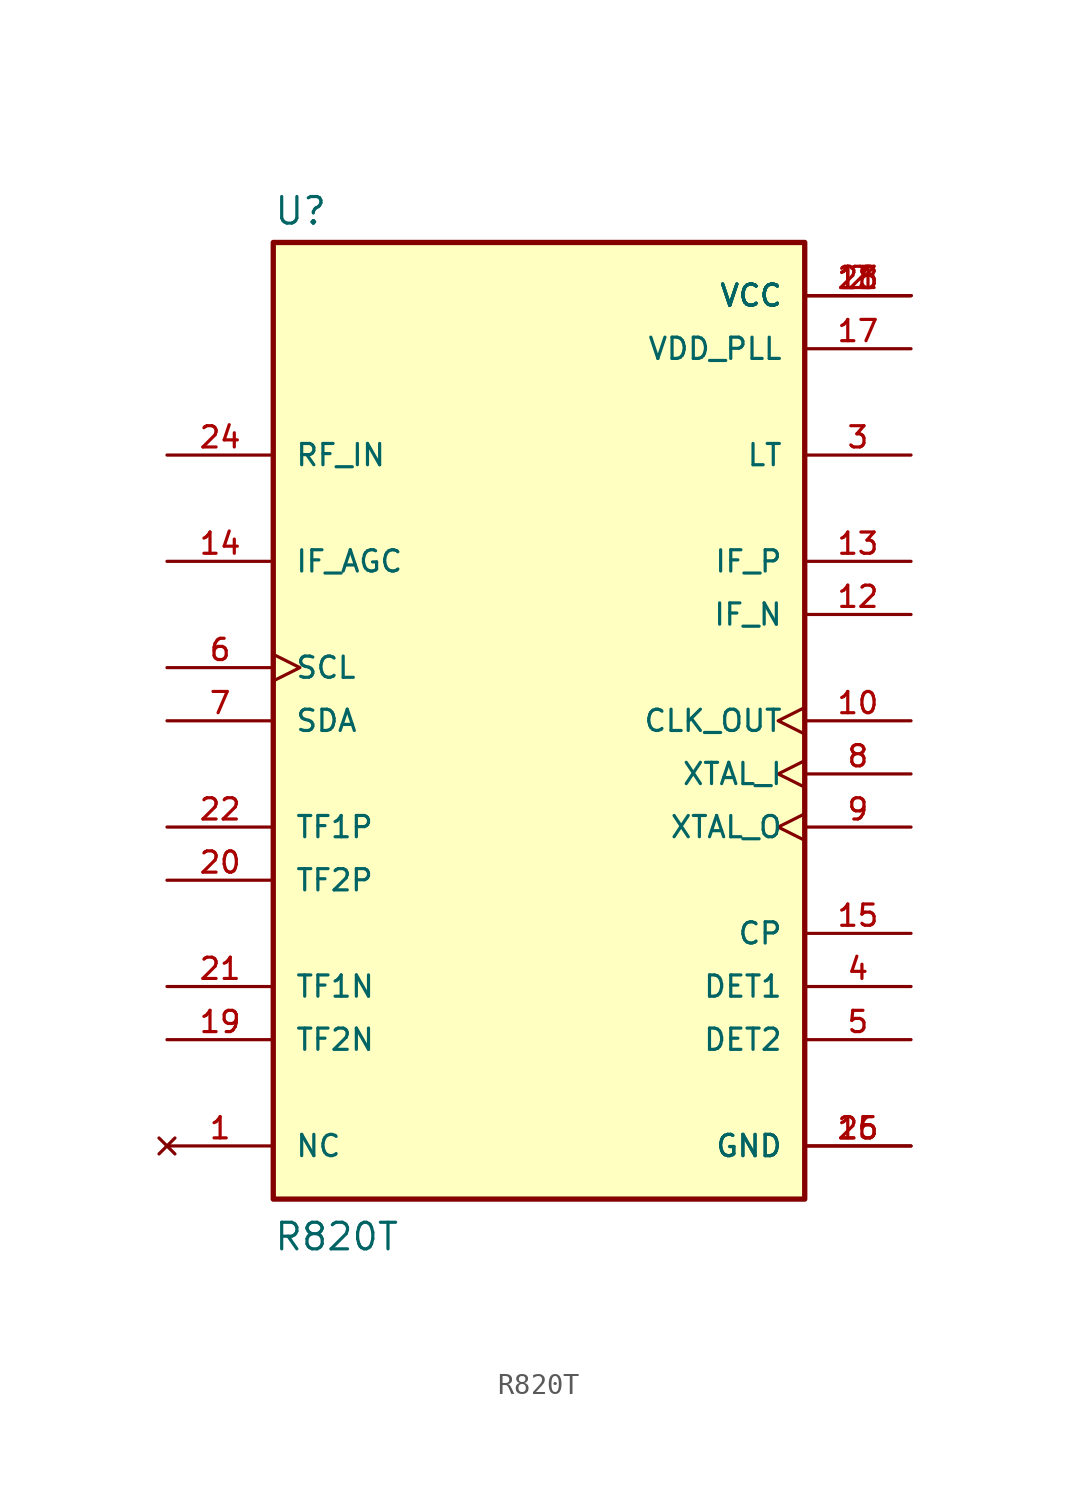
<source format=kicad_sym>
(kicad_symbol_lib
  (version 20211014)
  (generator kicad_symbol_editor)
  (symbol "R820T"
    (pin_names
      (offset 1.016))
    (property "Reference" "U"
      (at -12.7 23.622 0)
      (effects (font (size 1.27 1.27)) (justify bottom left)))
    (property "Value" "R820T"
      (at -12.7 -25.4 0)
      (effects (font (size 1.27 1.27)) (justify bottom left)))
    (symbol "R820T_0_0"
      (rectangle (start -12.7 -22.86) (end 12.7 22.86) (stroke (width 0.254)) (fill (type background)))
      (pin input line (at -17.78 12.7 0) (length 5.08) (name "RF_IN" (effects (font (size 1.016 1.016)))) (number "24" (effects (font (size 1.016 1.016)))))
      (pin no_connect line (at -17.78 -20.32 0) (length 5.08) (name "NC" (effects (font (size 1.016 1.016)))) (number "1" (effects (font (size 1.016 1.016)))))
      (pin power_in line (at 17.78 20.32 180.0) (length 5.08) (name "VCC" (effects (font (size 1.016 1.016)))) (number "2" (effects (font (size 1.016 1.016)))))
      (pin power_in line (at 17.78 20.32 180.0) (length 5.08) (name "VCC" (effects (font (size 1.016 1.016)))) (number "11" (effects (font (size 1.016 1.016)))))
      (pin power_in line (at 17.78 20.32 180.0) (length 5.08) (name "VCC" (effects (font (size 1.016 1.016)))) (number "18" (effects (font (size 1.016 1.016)))))
      (pin power_in line (at 17.78 20.32 180.0) (length 5.08) (name "VCC" (effects (font (size 1.016 1.016)))) (number "23" (effects (font (size 1.016 1.016)))))
      (pin output line (at 17.78 12.7 180.0) (length 5.08) (name "LT" (effects (font (size 1.016 1.016)))) (number "3" (effects (font (size 1.016 1.016)))))
      (pin passive line (at 17.78 -12.7 180.0) (length 5.08) (name "DET1" (effects (font (size 1.016 1.016)))) (number "4" (effects (font (size 1.016 1.016)))))
      (pin input clock (at -17.78 2.54 0) (length 5.08) (name "SCL" (effects (font (size 1.016 1.016)))) (number "6" (effects (font (size 1.016 1.016)))))
      (pin bidirectional line (at -17.78 0.0 0) (length 5.08) (name "SDA" (effects (font (size 1.016 1.016)))) (number "7" (effects (font (size 1.016 1.016)))))
      (pin input clock (at 17.78 -2.54 180.0) (length 5.08) (name "XTAL_I" (effects (font (size 1.016 1.016)))) (number "8" (effects (font (size 1.016 1.016)))))
      (pin output clock (at 17.78 -5.08 180.0) (length 5.08) (name "XTAL_O" (effects (font (size 1.016 1.016)))) (number "9" (effects (font (size 1.016 1.016)))))
      (pin output clock (at 17.78 0.0 180.0) (length 5.08) (name "CLK_OUT" (effects (font (size 1.016 1.016)))) (number "10" (effects (font (size 1.016 1.016)))))
      (pin output line (at 17.78 5.08 180.0) (length 5.08) (name "IF_N" (effects (font (size 1.016 1.016)))) (number "12" (effects (font (size 1.016 1.016)))))
      (pin output line (at 17.78 7.62 180.0) (length 5.08) (name "IF_P" (effects (font (size 1.016 1.016)))) (number "13" (effects (font (size 1.016 1.016)))))
      (pin input line (at -17.78 7.62 0) (length 5.08) (name "IF_AGC" (effects (font (size 1.016 1.016)))) (number "14" (effects (font (size 1.016 1.016)))))
      (pin power_in line (at 17.78 17.78 180.0) (length 5.08) (name "VDD_PLL" (effects (font (size 1.016 1.016)))) (number "17" (effects (font (size 1.016 1.016)))))
      (pin power_in line (at 17.78 -20.32 180.0) (length 5.08) (name "GND" (effects (font (size 1.016 1.016)))) (number "16" (effects (font (size 1.016 1.016)))))
      (pin power_in line (at 17.78 -20.32 180.0) (length 5.08) (name "GND" (effects (font (size 1.016 1.016)))) (number "25" (effects (font (size 1.016 1.016)))))
      (pin passive line (at 17.78 -10.16 180.0) (length 5.08) (name "CP" (effects (font (size 1.016 1.016)))) (number "15" (effects (font (size 1.016 1.016)))))
      (pin passive line (at 17.78 -15.24 180.0) (length 5.08) (name "DET2" (effects (font (size 1.016 1.016)))) (number "5" (effects (font (size 1.016 1.016)))))
      (pin passive line (at -17.78 -5.08 0) (length 5.08) (name "TF1P" (effects (font (size 1.016 1.016)))) (number "22" (effects (font (size 1.016 1.016)))))
      (pin passive line (at -17.78 -12.7 0) (length 5.08) (name "TF1N" (effects (font (size 1.016 1.016)))) (number "21" (effects (font (size 1.016 1.016)))))
      (pin passive line (at -17.78 -7.62 0) (length 5.08) (name "TF2P" (effects (font (size 1.016 1.016)))) (number "20" (effects (font (size 1.016 1.016)))))
      (pin passive line (at -17.78 -15.24 0) (length 5.08) (name "TF2N" (effects (font (size 1.016 1.016)))) (number "19" (effects (font (size 1.016 1.016))))))))
</source>
